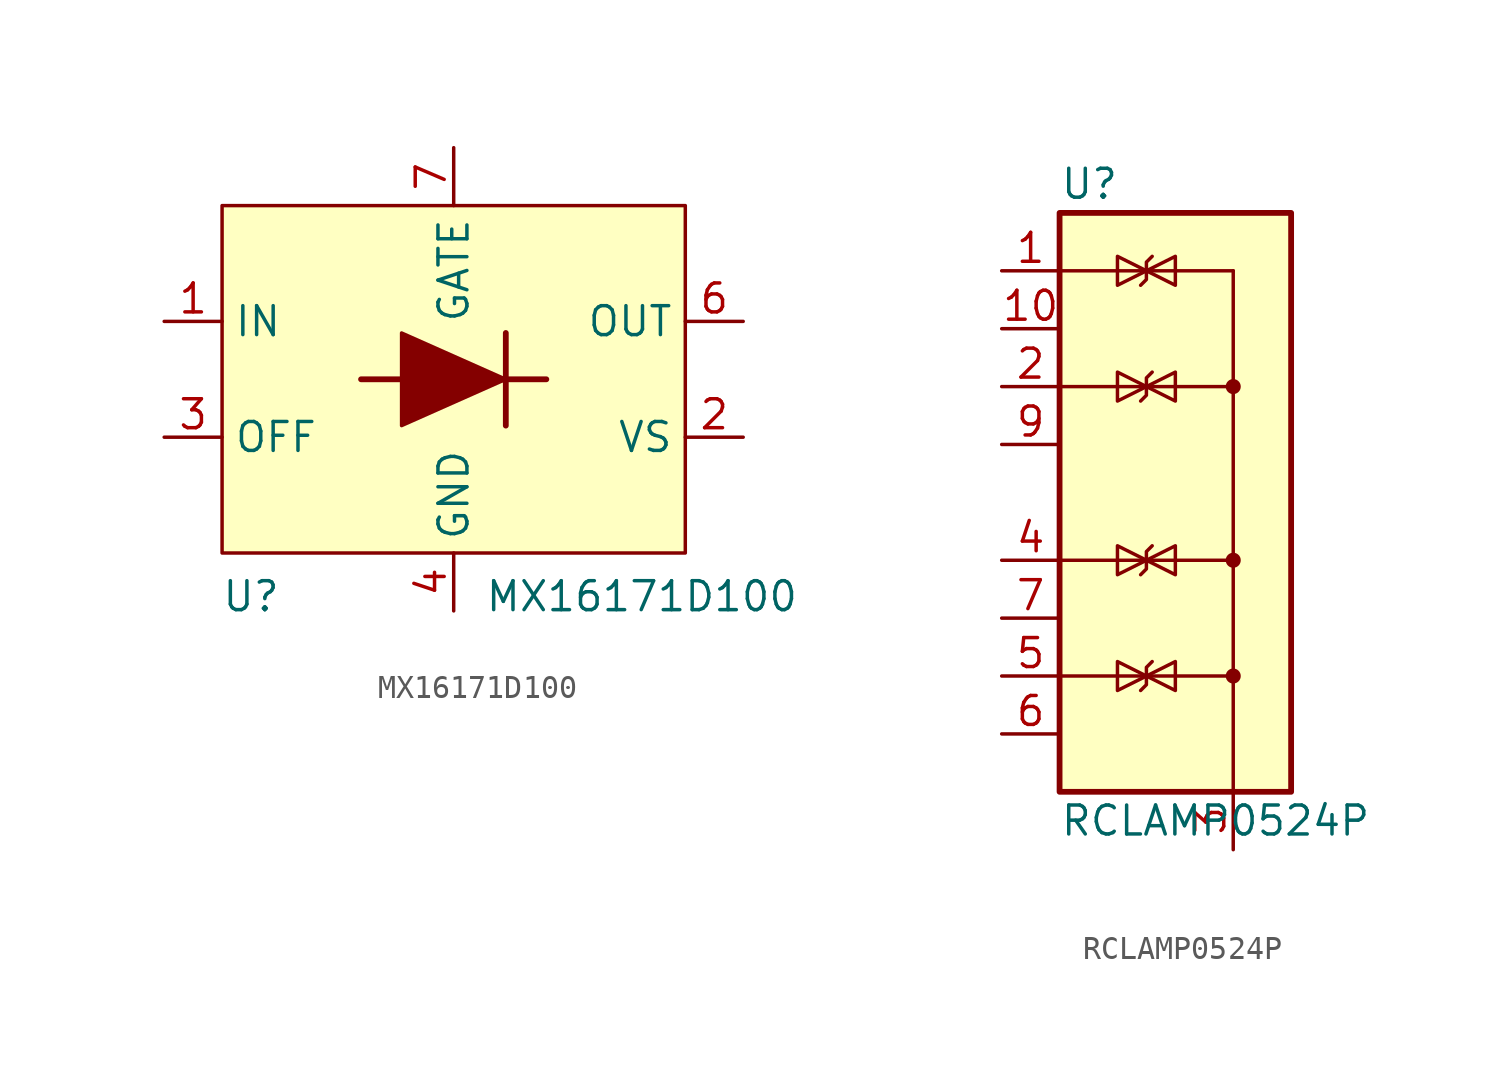
<source format=kicad_sym>
(kicad_symbol_lib
  (version 20231120)
  (generator "kicad_symbol_editor")
  (generator_version "8.0")
  (symbol "MX16171D100"
    (property "Reference" "U"
      (at -8.89 -9.525 0)
      (effects (font (size 1.27 1.27))))
    (property "Value" "MX16171D100"
      (at 8.255 -9.525 0)
      (effects (font (size 1.27 1.27))))
    (symbol "MX16171D100_1_1"
      (rectangle (start -10.16 7.62) (end 10.16 -7.62) (stroke (width 0) (type default)) (fill (type background)))
      (polyline (pts (xy -4.064 0) (xy 4.064 0)) (stroke (width 0.254) (type default)) (fill (type none)))
      (polyline (pts (xy 2.286 2.032) (xy 2.286 -2.032)) (stroke (width 0.254) (type default)) (fill (type none)))
      (polyline (pts (xy -2.286 2.032) (xy -2.286 -2.032) (xy 2.286 0) (xy -2.286 2.032)) (stroke (width 0) (type default)) (fill (type outline)))
      (pin input line (at -12.7 2.54 0) (length 2.54) (name "IN" (effects (font (size 1.27 1.27)))) (number "1" (effects (font (size 1.27 1.27)))))
      (pin input line (at 12.7 -2.54 180) (length 2.54) (name "VS" (effects (font (size 1.27 1.27)))) (number "2" (effects (font (size 1.27 1.27)))))
      (pin input line (at -12.7 -2.54 0) (length 2.54) (name "OFF" (effects (font (size 1.27 1.27)))) (number "3" (effects (font (size 1.27 1.27)))))
      (pin power_in line (at 0 -10.16 90) (length 2.54) (name "GND" (effects (font (size 1.27 1.27)))) (number "4" (effects (font (size 1.27 1.27)))))
      (pin no_connect line (at -10.16 -5.08 0) (length 2.54) hide (name "NC" (effects (font (size 1.27 1.27)))) (number "5" (effects (font (size 1.27 1.27)))))
      (pin input line (at 12.7 2.54 180) (length 2.54) (name "OUT" (effects (font (size 1.27 1.27)))) (number "6" (effects (font (size 1.27 1.27)))))
      (pin output line (at 0 10.16 270) (length 2.54) (name "GATE" (effects (font (size 1.27 1.27)))) (number "7" (effects (font (size 1.27 1.27)))))
      (pin no_connect line (at 10.16 0 180) (length 2.54) hide (name "NC" (effects (font (size 1.27 1.27)))) (number "8" (effects (font (size 1.27 1.27)))))
      (pin no_connect line (at 10.16 -5.08 180) (length 2.54) hide (name "NC" (effects (font (size 1.27 1.27)))) (number "9" (effects (font (size 1.27 1.27)))))))
  (symbol "RCLAMP0524P"
    (pin_names hide)
    (property "Reference" "U"
      (at 0 1.27 0)
      (effects (font (size 1.27 1.27)) (justify left)))
    (property "Value" "RCLAMP0524P"
      (at 0 -26.67 0)
      (effects (font (size 1.27 1.27)) (justify left)))
    (symbol "RCLAMP0524P_0_0"
      (pin passive line (at 7.62 -27.94 90) (length 2.54) (name "G" (effects (font (size 1.27 1.27)))) (number "3" (effects (font (size 1.27 1.27))))))
    (symbol "RCLAMP0524P_0_1"
      (polyline (pts (xy 0 -20.32) (xy 7.62 -20.32)) (stroke (width 0) (type default)) (fill (type none)))
      (polyline (pts (xy 0 -15.24) (xy 7.62 -15.24)) (stroke (width 0) (type default)) (fill (type none)))
      (polyline (pts (xy 0 -7.62) (xy 7.62 -7.62)) (stroke (width 0) (type default)) (fill (type none)))
      (polyline (pts (xy 0 -2.54) (xy 7.62 -2.54)) (stroke (width 0) (type default)) (fill (type none)))
      (polyline (pts (xy 7.62 -2.54) (xy 7.62 -25.4)) (stroke (width 0.152) (type default)) (fill (type none)))
      (polyline (pts (xy 3.81 -20.32) (xy 5.08 -20.955) (xy 5.08 -19.685) (xy 3.81 -20.32)) (stroke (width 0) (type default)) (fill (type none)))
      (polyline (pts (xy 3.81 -15.24) (xy 5.08 -15.875) (xy 5.08 -14.605) (xy 3.81 -15.24)) (stroke (width 0) (type default)) (fill (type none)))
      (polyline (pts (xy 3.81 -7.62) (xy 5.08 -8.255) (xy 5.08 -6.985) (xy 3.81 -7.62)) (stroke (width 0) (type default)) (fill (type none)))
      (polyline (pts (xy 3.81 -2.54) (xy 5.08 -3.175) (xy 5.08 -1.905) (xy 3.81 -2.54)) (stroke (width 0) (type default)) (fill (type none)))
      (rectangle (start 0 0) (end 10.16 -25.4) (stroke (width 0.254) (type default)) (fill (type background)))
      (circle (center 7.62 -20.32) (radius 0.254) (stroke (width 0) (type default)) (fill (type outline)))
      (circle (center 7.62 -15.24) (radius 0.254) (stroke (width 0) (type default)) (fill (type outline)))
      (circle (center 7.62 -7.62) (radius 0.254) (stroke (width 0) (type default)) (fill (type outline))))
    (symbol "RCLAMP0524P_1_1"
      (polyline (pts (xy 3.556 -20.955) (xy 3.81 -20.701) (xy 3.81 -19.939) (xy 4.064 -19.685)) (stroke (width 0) (type default)) (fill (type none)))
      (polyline (pts (xy 3.556 -15.875) (xy 3.81 -15.621) (xy 3.81 -14.859) (xy 4.064 -14.605)) (stroke (width 0) (type default)) (fill (type none)))
      (polyline (pts (xy 3.556 -8.255) (xy 3.81 -8.001) (xy 3.81 -7.239) (xy 4.064 -6.985)) (stroke (width 0) (type default)) (fill (type none)))
      (polyline (pts (xy 3.556 -3.175) (xy 3.81 -2.921) (xy 3.81 -2.159) (xy 4.064 -1.905)) (stroke (width 0) (type default)) (fill (type none)))
      (polyline (pts (xy 3.81 -20.32) (xy 2.54 -20.955) (xy 2.54 -19.685) (xy 3.81 -20.32)) (stroke (width 0) (type default)) (fill (type none)))
      (polyline (pts (xy 3.81 -15.24) (xy 2.54 -15.875) (xy 2.54 -14.605) (xy 3.81 -15.24)) (stroke (width 0) (type default)) (fill (type none)))
      (polyline (pts (xy 3.81 -7.62) (xy 2.54 -8.255) (xy 2.54 -6.985) (xy 3.81 -7.62)) (stroke (width 0) (type default)) (fill (type none)))
      (polyline (pts (xy 3.81 -2.54) (xy 2.54 -3.175) (xy 2.54 -1.905) (xy 3.81 -2.54)) (stroke (width 0) (type default)) (fill (type none)))
      (pin passive line (at -2.54 -2.54 0) (length 2.54) (name "IO1" (effects (font (size 1.27 1.27)))) (number "1" (effects (font (size 1.27 1.27)))))
      (pin free line (at -2.54 -5.08 0) (length 2.54) (name "NC" (effects (font (size 1.27 1.27)))) (number "10" (effects (font (size 1.27 1.27)))))
      (pin passive line (at -2.54 -7.62 0) (length 2.54) (name "IO2" (effects (font (size 1.27 1.27)))) (number "2" (effects (font (size 1.27 1.27)))))
      (pin passive line (at -2.54 -15.24 0) (length 2.54) (name "IO3" (effects (font (size 1.27 1.27)))) (number "4" (effects (font (size 1.27 1.27)))))
      (pin passive line (at -2.54 -20.32 0) (length 2.54) (name "IO4" (effects (font (size 1.27 1.27)))) (number "5" (effects (font (size 1.27 1.27)))))
      (pin free line (at -2.54 -22.86 0) (length 2.54) (name "NC" (effects (font (size 1.27 1.27)))) (number "6" (effects (font (size 1.27 1.27)))))
      (pin free line (at -2.54 -17.78 0) (length 2.54) (name "NC" (effects (font (size 1.27 1.27)))) (number "7" (effects (font (size 1.27 1.27)))))
      (pin passive line (at 7.62 -27.94 90) (length 2.54) hide (name "G" (effects (font (size 1.27 1.27)))) (number "8" (effects (font (size 1.27 1.27)))))
      (pin free line (at -2.54 -10.16 0) (length 2.54) (name "NC" (effects (font (size 1.27 1.27)))) (number "9" (effects (font (size 1.27 1.27))))))))
</source>
